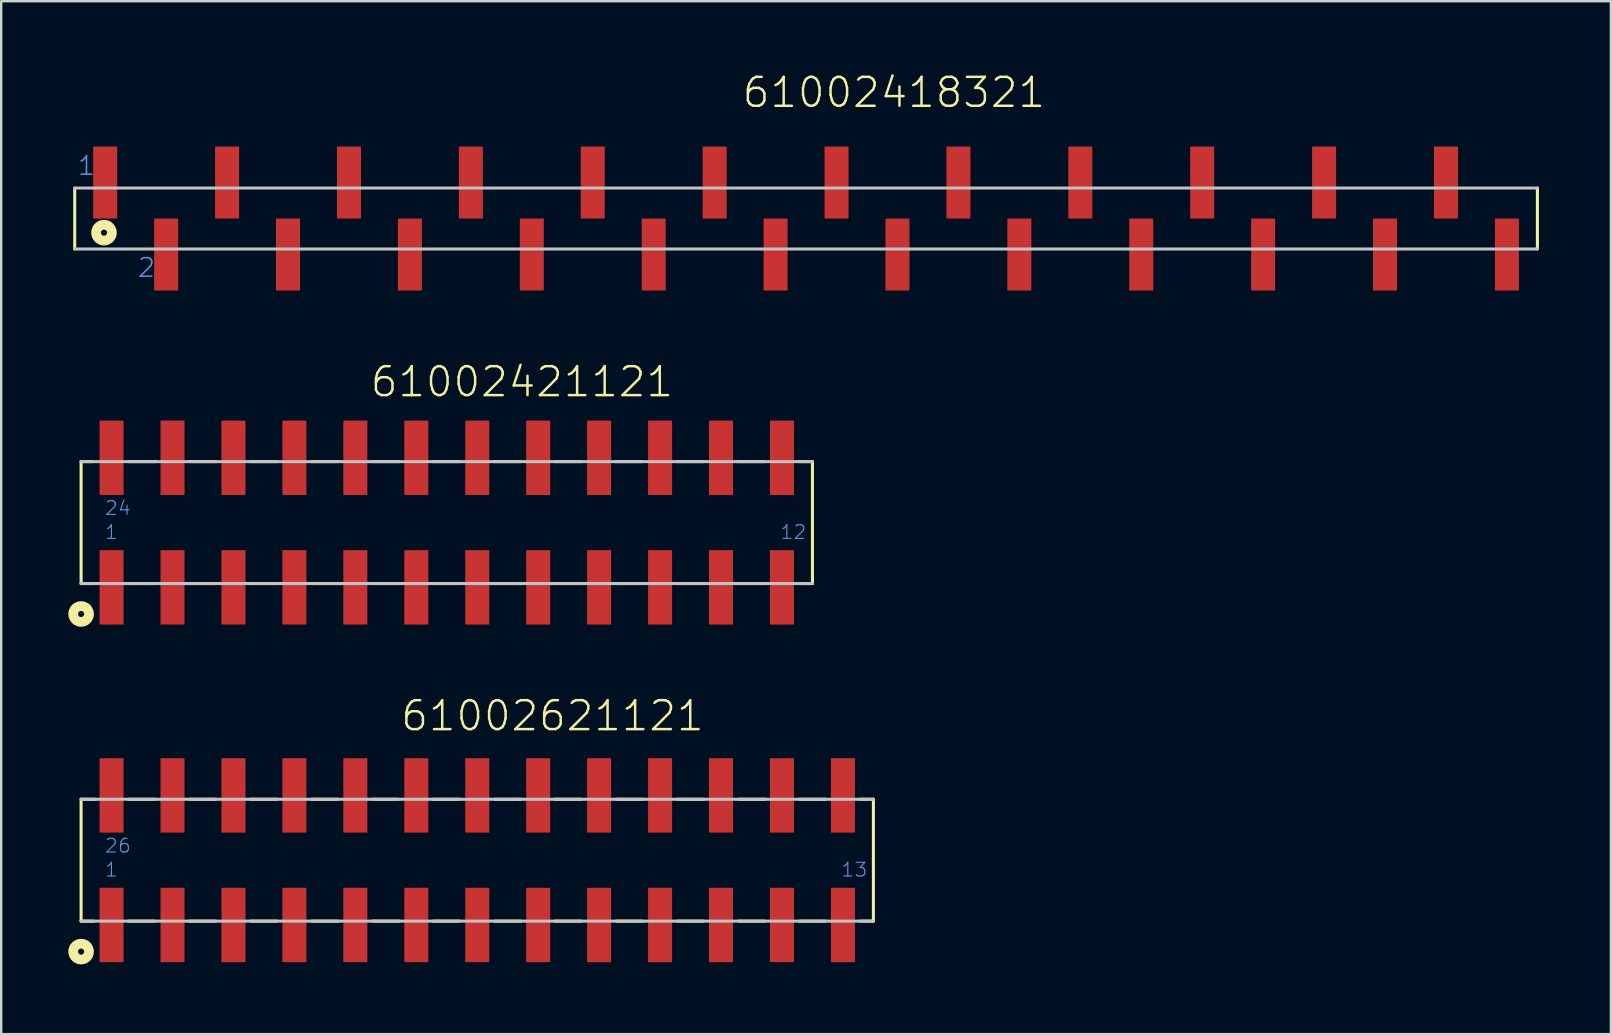
<source format=kicad_pcb>
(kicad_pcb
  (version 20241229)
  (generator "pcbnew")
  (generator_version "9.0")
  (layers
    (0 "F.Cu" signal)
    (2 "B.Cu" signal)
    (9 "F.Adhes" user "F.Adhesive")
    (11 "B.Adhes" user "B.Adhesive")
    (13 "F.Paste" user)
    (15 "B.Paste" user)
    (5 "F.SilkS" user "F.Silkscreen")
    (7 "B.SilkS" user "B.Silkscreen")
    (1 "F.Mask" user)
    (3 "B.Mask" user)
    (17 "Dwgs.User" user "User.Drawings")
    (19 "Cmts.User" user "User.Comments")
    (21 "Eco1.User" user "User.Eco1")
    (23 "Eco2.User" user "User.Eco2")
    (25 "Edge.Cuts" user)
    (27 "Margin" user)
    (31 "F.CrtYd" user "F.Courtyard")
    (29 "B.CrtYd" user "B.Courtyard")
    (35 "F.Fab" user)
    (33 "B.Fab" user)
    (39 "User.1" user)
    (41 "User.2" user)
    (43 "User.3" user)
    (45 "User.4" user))
  (footprint "61002421121"
    (layer "F.Cu")
    (at 15.57 18.729)
    (property "Reference" "61002421121" (at -3.25 -5.16 0) (layer "F.SilkS") (effects (font (size 1.206 1.206) (thickness 0.102)) (justify left bottom)))
    (attr through_hole)
    (fp_line (start -15.24 -2.54) (end -15.24 2.54) (stroke (width 0.127) (type solid)) (layer "F.SilkS"))
    (fp_line (start -14.76 -2.54) (end -15.24 -2.54) (stroke (width 0.127) (type solid)) (layer "F.SilkS"))
    (fp_line (start -14.75 2.54) (end -15.24 2.54) (stroke (width 0.127) (type solid)) (layer "F.SilkS"))
    (fp_line (start -13.26 2.54) (end -12.15 2.54) (stroke (width 0.127) (type solid)) (layer "F.SilkS"))
    (fp_line (start -13.25 -2.54) (end -12.14 -2.54) (stroke (width 0.127) (type solid)) (layer "F.SilkS"))
    (fp_line (start -12.14 -2.54) (end -12.14 -2.55) (stroke (width 0.127) (type solid)) (layer "F.SilkS"))
    (fp_line (start -10.75 2.54) (end -9.64 2.54) (stroke (width 0.127) (type solid)) (layer "F.SilkS"))
    (fp_line (start -10.72 -2.54) (end -9.61 -2.54) (stroke (width 0.127) (type solid)) (layer "F.SilkS"))
    (fp_line (start -8.19 -2.54) (end -7.08 -2.54) (stroke (width 0.127) (type solid)) (layer "F.SilkS"))
    (fp_line (start -8.17 2.54) (end -7.06 2.54) (stroke (width 0.127) (type solid)) (layer "F.SilkS"))
    (fp_line (start -5.64 -2.54) (end -4.53 -2.54) (stroke (width 0.127) (type solid)) (layer "F.SilkS"))
    (fp_line (start -5.63 2.54) (end -4.52 2.54) (stroke (width 0.127) (type solid)) (layer "F.SilkS"))
    (fp_line (start -3.11 -2.54) (end -2 -2.54) (stroke (width 0.127) (type solid)) (layer "F.SilkS"))
    (fp_line (start -3.11 2.54) (end -2 2.54) (stroke (width 0.127) (type solid)) (layer "F.SilkS"))
    (fp_line (start -0.59 2.54) (end 0.52 2.54) (stroke (width 0.127) (type solid)) (layer "F.SilkS"))
    (fp_line (start -0.57 -2.54) (end 0.54 -2.54) (stroke (width 0.127) (type solid)) (layer "F.SilkS"))
    (fp_line (start 1.96 -2.54) (end 3.07 -2.54) (stroke (width 0.127) (type solid)) (layer "F.SilkS"))
    (fp_line (start 2 2.54) (end 3.11 2.54) (stroke (width 0.127) (type solid)) (layer "F.SilkS"))
    (fp_line (start 4.5 -2.54) (end 5.61 -2.54) (stroke (width 0.127) (type solid)) (layer "F.SilkS"))
    (fp_line (start 4.52 2.54) (end 5.63 2.54) (stroke (width 0.127) (type solid)) (layer "F.SilkS"))
    (fp_line (start 7.02 -2.54) (end 8.13 -2.54) (stroke (width 0.127) (type solid)) (layer "F.SilkS"))
    (fp_line (start 7.05 2.54) (end 8.16 2.54) (stroke (width 0.127) (type solid)) (layer "F.SilkS"))
    (fp_line (start 9.58 -2.54) (end 10.69 -2.54) (stroke (width 0.127) (type solid)) (layer "F.SilkS"))
    (fp_line (start 9.59 2.54) (end 10.7 2.54) (stroke (width 0.127) (type solid)) (layer "F.SilkS"))
    (fp_line (start 12.11 -2.54) (end 13.22 -2.54) (stroke (width 0.127) (type solid)) (layer "F.SilkS"))
    (fp_line (start 12.14 2.54) (end 13.25 2.54) (stroke (width 0.127) (type solid)) (layer "F.SilkS"))
    (fp_line (start 14.68 -2.54) (end 15.24 -2.54) (stroke (width 0.127) (type solid)) (layer "F.SilkS"))
    (fp_line (start 14.72 2.54) (end 15.24 2.54) (stroke (width 0.127) (type solid)) (layer "F.SilkS"))
    (fp_line (start 15.24 -2.54) (end 15.24 2.54) (stroke (width 0.127) (type solid)) (layer "F.SilkS"))
    (fp_circle (center -15.24 3.81) (end -15.113 3.81) (stroke (width 0.406) (type solid)) (fill no) (layer "F.SilkS"))
    (fp_line (start -15.24 2.54) (end 15.24 2.54) (stroke (width 0.127) (type solid)) (layer "Dwgs.User"))
    (fp_line (start 15.24 -2.54) (end -15.24 -2.54) (stroke (width 0.127) (type solid)) (layer "Dwgs.User"))
    (fp_text user "1" (at -14.28 0.73 0) (layer "Cmts.User") (effects (font (size 0.57 0.57) (thickness 0.048)) (justify left bottom)))
    (fp_text user "12" (at 13.87 0.73 0) (layer "Cmts.User") (effects (font (size 0.57 0.57) (thickness 0.048)) (justify left bottom)))
    (fp_text user "24" (at -14.28 -0.27 0) (layer "Cmts.User") (effects (font (size 0.57 0.57) (thickness 0.048)) (justify left bottom)))
    (pad "1" smd rect (at -13.97 2.7 90) (size 3.1 1) (layers "F.Cu" "F.Mask" "F.Paste"))
    (pad "2" smd rect (at -11.43 2.7 90) (size 3.1 1) (layers "F.Cu" "F.Mask" "F.Paste"))
    (pad "3" smd rect (at -8.89 2.7 90) (size 3.1 1) (layers "F.Cu" "F.Mask" "F.Paste"))
    (pad "4" smd rect (at -6.35 2.7 90) (size 3.1 1) (layers "F.Cu" "F.Mask" "F.Paste"))
    (pad "5" smd rect (at -3.81 2.7 90) (size 3.1 1) (layers "F.Cu" "F.Mask" "F.Paste"))
    (pad "6" smd rect (at -1.27 2.7 90) (size 3.1 1) (layers "F.Cu" "F.Mask" "F.Paste"))
    (pad "7" smd rect (at 1.27 2.7 90) (size 3.1 1) (layers "F.Cu" "F.Mask" "F.Paste"))
    (pad "8" smd rect (at 3.81 2.7 90) (size 3.1 1) (layers "F.Cu" "F.Mask" "F.Paste"))
    (pad "9" smd rect (at 6.35 2.7 90) (size 3.1 1) (layers "F.Cu" "F.Mask" "F.Paste"))
    (pad "10" smd rect (at 8.89 2.7 90) (size 3.1 1) (layers "F.Cu" "F.Mask" "F.Paste"))
    (pad "11" smd rect (at 11.43 2.7 90) (size 3.1 1) (layers "F.Cu" "F.Mask" "F.Paste"))
    (pad "12" smd rect (at 13.97 2.7 90) (size 3.1 1) (layers "F.Cu" "F.Mask" "F.Paste"))
    (pad "13" smd rect (at 13.97 -2.7 90) (size 3.1 1) (layers "F.Cu" "F.Mask" "F.Paste"))
    (pad "14" smd rect (at 11.43 -2.7 90) (size 3.1 1) (layers "F.Cu" "F.Mask" "F.Paste"))
    (pad "15" smd rect (at 8.89 -2.7 90) (size 3.1 1) (layers "F.Cu" "F.Mask" "F.Paste"))
    (pad "16" smd rect (at 6.35 -2.7 90) (size 3.1 1) (layers "F.Cu" "F.Mask" "F.Paste"))
    (pad "17" smd rect (at 3.81 -2.7 90) (size 3.1 1) (layers "F.Cu" "F.Mask" "F.Paste"))
    (pad "18" smd rect (at 1.27 -2.7 90) (size 3.1 1) (layers "F.Cu" "F.Mask" "F.Paste"))
    (pad "19" smd rect (at -1.27 -2.7 90) (size 3.1 1) (layers "F.Cu" "F.Mask" "F.Paste"))
    (pad "20" smd rect (at -3.81 -2.7 90) (size 3.1 1) (layers "F.Cu" "F.Mask" "F.Paste"))
    (pad "21" smd rect (at -6.35 -2.7 90) (size 3.1 1) (layers "F.Cu" "F.Mask" "F.Paste"))
    (pad "22" smd rect (at -8.89 -2.7 90) (size 3.1 1) (layers "F.Cu" "F.Mask" "F.Paste"))
    (pad "23" smd rect (at -11.43 -2.7 90) (size 3.1 1) (layers "F.Cu" "F.Mask" "F.Paste"))
    (pad "24" smd rect (at -13.97 -2.7 90) (size 3.1 1) (layers "F.Cu" "F.Mask" "F.Paste")))
  (footprint "61002621121"
    (layer "F.Cu")
    (at 16.84 32.8)
    (property "Reference" "61002621121" (at -3.25 -5.31 0) (layer "F.SilkS") (effects (font (size 1.206 1.206) (thickness 0.102)) (justify left bottom)))
    (attr through_hole)
    (fp_line (start -16.51 -2.54) (end -16.51 2.54) (stroke (width 0.127) (type solid)) (layer "F.SilkS"))
    (fp_line (start -15.97 2.54) (end -16.51 2.54) (stroke (width 0.127) (type solid)) (layer "F.SilkS"))
    (fp_line (start -15.92 -2.54) (end -16.51 -2.54) (stroke (width 0.127) (type solid)) (layer "F.SilkS"))
    (fp_line (start -14.54 2.54) (end -13.45 2.54) (stroke (width 0.127) (type solid)) (layer "F.SilkS"))
    (fp_line (start -14.53 -2.54) (end -13.44 -2.54) (stroke (width 0.127) (type solid)) (layer "F.SilkS"))
    (fp_line (start -11.99 -2.54) (end -10.9 -2.54) (stroke (width 0.127) (type solid)) (layer "F.SilkS"))
    (fp_line (start -11.99 2.54) (end -10.9 2.54) (stroke (width 0.127) (type solid)) (layer "F.SilkS"))
    (fp_line (start -9.45 -2.54) (end -8.36 -2.54) (stroke (width 0.127) (type solid)) (layer "F.SilkS"))
    (fp_line (start -9.44 2.54) (end -8.35 2.54) (stroke (width 0.127) (type solid)) (layer "F.SilkS"))
    (fp_line (start -6.9 -2.54) (end -5.81 -2.54) (stroke (width 0.127) (type solid)) (layer "F.SilkS"))
    (fp_line (start -6.89 2.54) (end -5.8 2.54) (stroke (width 0.127) (type solid)) (layer "F.SilkS"))
    (fp_line (start -4.38 -2.54) (end -3.29 -2.54) (stroke (width 0.127) (type solid)) (layer "F.SilkS"))
    (fp_line (start -4.35 2.54) (end -3.26 2.54) (stroke (width 0.127) (type solid)) (layer "F.SilkS"))
    (fp_line (start -1.84 -2.54) (end -0.75 -2.54) (stroke (width 0.127) (type solid)) (layer "F.SilkS"))
    (fp_line (start -1.83 2.54) (end -0.74 2.54) (stroke (width 0.127) (type solid)) (layer "F.SilkS"))
    (fp_line (start 0.73 -2.54) (end 1.82 -2.54) (stroke (width 0.127) (type solid)) (layer "F.SilkS"))
    (fp_line (start 0.73 2.54) (end 1.82 2.54) (stroke (width 0.127) (type solid)) (layer "F.SilkS"))
    (fp_line (start 3.25 -2.54) (end 4.34 -2.54) (stroke (width 0.127) (type solid)) (layer "F.SilkS"))
    (fp_line (start 3.25 2.54) (end 4.34 2.54) (stroke (width 0.127) (type solid)) (layer "F.SilkS"))
    (fp_line (start 5.8 -2.54) (end 6.89 -2.54) (stroke (width 0.127) (type solid)) (layer "F.SilkS"))
    (fp_line (start 5.8 2.54) (end 6.89 2.54) (stroke (width 0.127) (type solid)) (layer "F.SilkS"))
    (fp_line (start 8.34 2.54) (end 9.43 2.54) (stroke (width 0.127) (type solid)) (layer "F.SilkS"))
    (fp_line (start 8.35 -2.54) (end 9.44 -2.54) (stroke (width 0.127) (type solid)) (layer "F.SilkS"))
    (fp_line (start 10.89 2.54) (end 11.98 2.54) (stroke (width 0.127) (type solid)) (layer "F.SilkS"))
    (fp_line (start 10.91 -2.54) (end 12 -2.54) (stroke (width 0.127) (type solid)) (layer "F.SilkS"))
    (fp_line (start 13.43 -2.54) (end 14.52 -2.54) (stroke (width 0.127) (type solid)) (layer "F.SilkS"))
    (fp_line (start 13.43 2.54) (end 14.52 2.54) (stroke (width 0.127) (type solid)) (layer "F.SilkS"))
    (fp_line (start 15.95 -2.54) (end 16.51 -2.54) (stroke (width 0.127) (type solid)) (layer "F.SilkS"))
    (fp_line (start 15.96 2.54) (end 16.51 2.54) (stroke (width 0.127) (type solid)) (layer "F.SilkS"))
    (fp_line (start 16.51 -2.54) (end 16.51 2.54) (stroke (width 0.127) (type solid)) (layer "F.SilkS"))
    (fp_circle (center -16.51 3.81) (end -16.383 3.81) (stroke (width 0.406) (type solid)) (fill no) (layer "F.SilkS"))
    (fp_line (start -16.51 2.54) (end 16.51 2.54) (stroke (width 0.127) (type solid)) (layer "Dwgs.User"))
    (fp_line (start 16.51 -2.54) (end -16.51 -2.54) (stroke (width 0.127) (type solid)) (layer "Dwgs.User"))
    (fp_text user "1" (at -15.55 0.73 0) (layer "Cmts.User") (effects (font (size 0.57 0.57) (thickness 0.048)) (justify left bottom)))
    (fp_text user "13" (at 15.14 0.73 0) (layer "Cmts.User") (effects (font (size 0.57 0.57) (thickness 0.048)) (justify left bottom)))
    (fp_text user "26" (at -15.55 -0.27 0) (layer "Cmts.User") (effects (font (size 0.57 0.57) (thickness 0.048)) (justify left bottom)))
    (pad "1" smd rect (at -15.24 2.7 90) (size 3.1 1) (layers "F.Cu" "F.Mask" "F.Paste"))
    (pad "2" smd rect (at -12.7 2.7 90) (size 3.1 1) (layers "F.Cu" "F.Mask" "F.Paste"))
    (pad "3" smd rect (at -10.16 2.7 90) (size 3.1 1) (layers "F.Cu" "F.Mask" "F.Paste"))
    (pad "4" smd rect (at -7.62 2.7 90) (size 3.1 1) (layers "F.Cu" "F.Mask" "F.Paste"))
    (pad "5" smd rect (at -5.08 2.7 90) (size 3.1 1) (layers "F.Cu" "F.Mask" "F.Paste"))
    (pad "6" smd rect (at -2.54 2.7 90) (size 3.1 1) (layers "F.Cu" "F.Mask" "F.Paste"))
    (pad "7" smd rect (at 0 2.7 90) (size 3.1 1) (layers "F.Cu" "F.Mask" "F.Paste"))
    (pad "8" smd rect (at 2.54 2.7 90) (size 3.1 1) (layers "F.Cu" "F.Mask" "F.Paste"))
    (pad "9" smd rect (at 5.08 2.7 90) (size 3.1 1) (layers "F.Cu" "F.Mask" "F.Paste"))
    (pad "10" smd rect (at 7.62 2.7 90) (size 3.1 1) (layers "F.Cu" "F.Mask" "F.Paste"))
    (pad "11" smd rect (at 10.16 2.7 90) (size 3.1 1) (layers "F.Cu" "F.Mask" "F.Paste"))
    (pad "12" smd rect (at 12.7 2.7 90) (size 3.1 1) (layers "F.Cu" "F.Mask" "F.Paste"))
    (pad "13" smd rect (at 15.24 2.7 90) (size 3.1 1) (layers "F.Cu" "F.Mask" "F.Paste"))
    (pad "14" smd rect (at 15.24 -2.7 90) (size 3.1 1) (layers "F.Cu" "F.Mask" "F.Paste"))
    (pad "15" smd rect (at 12.7 -2.7 90) (size 3.1 1) (layers "F.Cu" "F.Mask" "F.Paste"))
    (pad "16" smd rect (at 10.16 -2.7 90) (size 3.1 1) (layers "F.Cu" "F.Mask" "F.Paste"))
    (pad "17" smd rect (at 7.62 -2.7 90) (size 3.1 1) (layers "F.Cu" "F.Mask" "F.Paste"))
    (pad "18" smd rect (at 5.08 -2.7 90) (size 3.1 1) (layers "F.Cu" "F.Mask" "F.Paste"))
    (pad "19" smd rect (at 2.54 -2.7 90) (size 3.1 1) (layers "F.Cu" "F.Mask" "F.Paste"))
    (pad "20" smd rect (at 0 -2.7 90) (size 3.1 1) (layers "F.Cu" "F.Mask" "F.Paste"))
    (pad "21" smd rect (at -2.54 -2.7 90) (size 3.1 1) (layers "F.Cu" "F.Mask" "F.Paste"))
    (pad "22" smd rect (at -5.08 -2.7 90) (size 3.1 1) (layers "F.Cu" "F.Mask" "F.Paste"))
    (pad "23" smd rect (at -7.62 -2.7 90) (size 3.1 1) (layers "F.Cu" "F.Mask" "F.Paste"))
    (pad "24" smd rect (at -10.16 -2.7 90) (size 3.1 1) (layers "F.Cu" "F.Mask" "F.Paste"))
    (pad "25" smd rect (at -12.7 -2.7 90) (size 3.1 1) (layers "F.Cu" "F.Mask" "F.Paste"))
    (pad "26" smd rect (at -15.24 -2.7 90) (size 3.1 1) (layers "F.Cu" "F.Mask" "F.Paste")))
  (footprint "61002418321"
    (layer "F.Cu")
    (at 30.544 6.057)
    (property "Reference" "61002418321" (at -2.722 -4.546 0) (layer "F.SilkS") (effects (font (size 1.206 1.206) (thickness 0.102)) (justify left bottom)))
    (attr through_hole)
    (fp_line (start -30.48 -1.27) (end -30.48 1.27) (stroke (width 0.127) (type solid)) (layer "F.SilkS"))
    (fp_line (start 30.48 1.27) (end 30.48 -1.27) (stroke (width 0.127) (type solid)) (layer "F.SilkS"))
    (fp_circle (center -29.26 0.59) (end -29.133 0.59) (stroke (width 0.406) (type solid)) (fill no) (layer "F.SilkS"))
    (fp_line (start -30.48 1.27) (end 30.48 1.27) (stroke (width 0.127) (type solid)) (layer "Dwgs.User"))
    (fp_line (start 30.48 -1.27) (end -30.48 -1.27) (stroke (width 0.127) (type solid)) (layer "Dwgs.User"))
    (fp_text user "2" (at -27.9 2.5 0) (layer "Cmts.User") (effects (font (size 0.772 0.772) (thickness 0.065)) (justify left bottom)))
    (fp_text user "1" (at -30.4 -1.75 0) (layer "Cmts.User") (effects (font (size 0.772 0.772) (thickness 0.065)) (justify left bottom)))
    (pad "1" smd rect (at -29.21 -1.5) (size 1 3) (layers "F.Cu" "F.Mask" "F.Paste"))
    (pad "2" smd rect (at -26.67 1.5) (size 1 3) (layers "F.Cu" "F.Mask" "F.Paste"))
    (pad "3" smd rect (at -24.13 -1.5) (size 1 3) (layers "F.Cu" "F.Mask" "F.Paste"))
    (pad "4" smd rect (at -21.59 1.5) (size 1 3) (layers "F.Cu" "F.Mask" "F.Paste"))
    (pad "5" smd rect (at -19.05 -1.5) (size 1 3) (layers "F.Cu" "F.Mask" "F.Paste"))
    (pad "6" smd rect (at -16.51 1.5) (size 1 3) (layers "F.Cu" "F.Mask" "F.Paste"))
    (pad "7" smd rect (at -13.97 -1.5) (size 1 3) (layers "F.Cu" "F.Mask" "F.Paste"))
    (pad "8" smd rect (at -11.43 1.5) (size 1 3) (layers "F.Cu" "F.Mask" "F.Paste"))
    (pad "9" smd rect (at -8.89 -1.5) (size 1 3) (layers "F.Cu" "F.Mask" "F.Paste"))
    (pad "10" smd rect (at -6.35 1.5) (size 1 3) (layers "F.Cu" "F.Mask" "F.Paste"))
    (pad "11" smd rect (at -3.81 -1.5) (size 1 3) (layers "F.Cu" "F.Mask" "F.Paste"))
    (pad "12" smd rect (at -1.27 1.5) (size 1 3) (layers "F.Cu" "F.Mask" "F.Paste"))
    (pad "13" smd rect (at 1.27 -1.5) (size 1 3) (layers "F.Cu" "F.Mask" "F.Paste"))
    (pad "14" smd rect (at 3.81 1.5) (size 1 3) (layers "F.Cu" "F.Mask" "F.Paste"))
    (pad "15" smd rect (at 6.35 -1.5) (size 1 3) (layers "F.Cu" "F.Mask" "F.Paste"))
    (pad "16" smd rect (at 8.89 1.5) (size 1 3) (layers "F.Cu" "F.Mask" "F.Paste"))
    (pad "17" smd rect (at 11.43 -1.5) (size 1 3) (layers "F.Cu" "F.Mask" "F.Paste"))
    (pad "18" smd rect (at 13.97 1.5) (size 1 3) (layers "F.Cu" "F.Mask" "F.Paste"))
    (pad "19" smd rect (at 16.51 -1.5 180) (size 1 3) (layers "F.Cu" "F.Mask" "F.Paste"))
    (pad "20" smd rect (at 19.05 1.5 180) (size 1 3) (layers "F.Cu" "F.Mask" "F.Paste"))
    (pad "21" smd rect (at 21.59 -1.5 180) (size 1 3) (layers "F.Cu" "F.Mask" "F.Paste"))
    (pad "22" smd rect (at 24.13 1.5 180) (size 1 3) (layers "F.Cu" "F.Mask" "F.Paste"))
    (pad "23" smd rect (at 26.67 -1.5 180) (size 1 3) (layers "F.Cu" "F.Mask" "F.Paste"))
    (pad "24" smd rect (at 29.21 1.5 180) (size 1 3) (layers "F.Cu" "F.Mask" "F.Paste")))
  (gr_rect
    (start -3 -3)
    (end 64.087 40.05)
    (stroke (width 0.1) (type default))
    (fill no)
    (layer "Edge.Cuts")))
</source>
